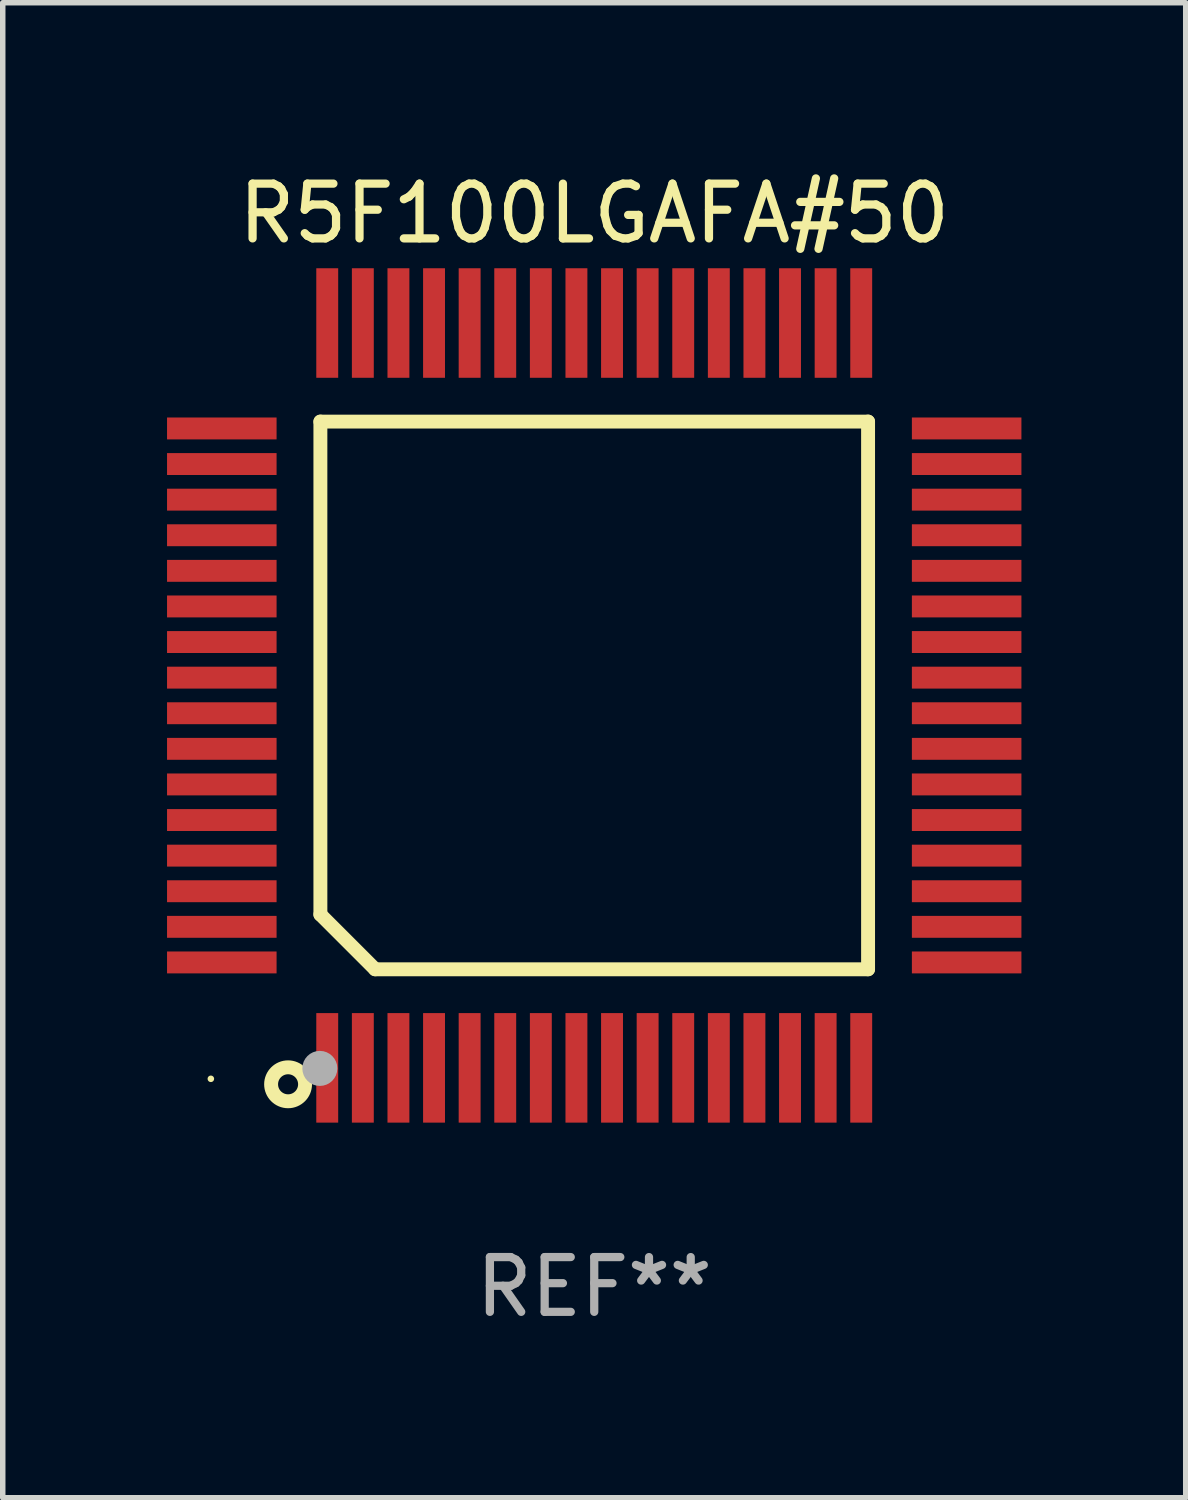
<source format=kicad_pcb>
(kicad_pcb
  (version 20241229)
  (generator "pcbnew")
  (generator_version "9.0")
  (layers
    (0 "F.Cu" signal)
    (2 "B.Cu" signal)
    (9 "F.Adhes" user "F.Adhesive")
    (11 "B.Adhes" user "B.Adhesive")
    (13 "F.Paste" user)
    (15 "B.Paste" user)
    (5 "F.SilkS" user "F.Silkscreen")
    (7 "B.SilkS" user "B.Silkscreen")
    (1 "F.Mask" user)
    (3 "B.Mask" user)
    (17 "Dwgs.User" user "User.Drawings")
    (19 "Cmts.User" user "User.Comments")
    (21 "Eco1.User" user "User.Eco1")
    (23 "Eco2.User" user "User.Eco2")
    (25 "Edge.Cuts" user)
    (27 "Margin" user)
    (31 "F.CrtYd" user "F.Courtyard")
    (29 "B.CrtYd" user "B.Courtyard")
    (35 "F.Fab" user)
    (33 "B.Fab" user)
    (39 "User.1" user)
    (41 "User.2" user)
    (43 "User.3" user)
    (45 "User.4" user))
  (footprint "R5F100LGAFA#50"
    (layer "F.Cu")
    (at 7.8 9.648)
    (property "Reference" "R5F100LGAFA#50" (at 0 -8.8 0) (layer "F.SilkS") (effects (font (size 1 1) (thickness 0.15))))
    (attr through_hole)
    (fp_line (start -5 -5) (end 5 -5) (stroke (width 0.254) (type solid)) (layer "F.SilkS"))
    (fp_line (start -5 4) (end -5 -5) (stroke (width 0.254) (type solid)) (layer "F.SilkS"))
    (fp_line (start -4 5) (end -5 4) (stroke (width 0.254) (type solid)) (layer "F.SilkS"))
    (fp_line (start 5 -5) (end 5 5) (stroke (width 0.254) (type solid)) (layer "F.SilkS"))
    (fp_line (start 5 5) (end -4 5) (stroke (width 0.254) (type solid)) (layer "F.SilkS"))
    (fp_circle (center -7 7) (end -6.97 7) (stroke (width 0.06) (type solid)) (fill no) (layer "F.SilkS"))
    (fp_circle (center -5.59 7.1) (end -5.28 7.1) (stroke (width 0.254) (type solid)) (fill no) (layer "F.SilkS"))
    (fp_circle (center -5.01 6.81) (end -4.85 6.81) (stroke (width 0.32) (type solid)) (fill no) (layer "F.Fab"))
    (fp_text user "REF**" (at 0 10.8 0) (layer "F.Fab") (effects (font (size 1 1) (thickness 0.15))))
    (pad "1" smd rect (at -4.875 6.8) (size 0.4 2) (layers "F.Cu" "F.Mask" "F.Paste"))
    (pad "2" smd rect (at -4.225 6.8) (size 0.4 2) (layers "F.Cu" "F.Mask" "F.Paste"))
    (pad "3" smd rect (at -3.575 6.8) (size 0.4 2) (layers "F.Cu" "F.Mask" "F.Paste"))
    (pad "4" smd rect (at -2.925 6.8) (size 0.4 2) (layers "F.Cu" "F.Mask" "F.Paste"))
    (pad "5" smd rect (at -2.275 6.8) (size 0.4 2) (layers "F.Cu" "F.Mask" "F.Paste"))
    (pad "6" smd rect (at -1.625 6.8) (size 0.4 2) (layers "F.Cu" "F.Mask" "F.Paste"))
    (pad "7" smd rect (at -0.975 6.8) (size 0.4 2) (layers "F.Cu" "F.Mask" "F.Paste"))
    (pad "8" smd rect (at -0.325 6.8) (size 0.4 2) (layers "F.Cu" "F.Mask" "F.Paste"))
    (pad "9" smd rect (at 0.325 6.8) (size 0.4 2) (layers "F.Cu" "F.Mask" "F.Paste"))
    (pad "10" smd rect (at 0.975 6.8) (size 0.4 2) (layers "F.Cu" "F.Mask" "F.Paste"))
    (pad "11" smd rect (at 1.625 6.8) (size 0.4 2) (layers "F.Cu" "F.Mask" "F.Paste"))
    (pad "12" smd rect (at 2.275 6.8) (size 0.4 2) (layers "F.Cu" "F.Mask" "F.Paste"))
    (pad "13" smd rect (at 2.925 6.8) (size 0.4 2) (layers "F.Cu" "F.Mask" "F.Paste"))
    (pad "14" smd rect (at 3.575 6.8) (size 0.4 2) (layers "F.Cu" "F.Mask" "F.Paste"))
    (pad "15" smd rect (at 4.225 6.8) (size 0.4 2) (layers "F.Cu" "F.Mask" "F.Paste"))
    (pad "16" smd rect (at 4.875 6.8) (size 0.4 2) (layers "F.Cu" "F.Mask" "F.Paste"))
    (pad "17" smd rect (at 6.8 4.875) (size 2 0.4) (layers "F.Cu" "F.Mask" "F.Paste"))
    (pad "18" smd rect (at 6.8 4.225) (size 2 0.4) (layers "F.Cu" "F.Mask" "F.Paste"))
    (pad "19" smd rect (at 6.8 3.575) (size 2 0.4) (layers "F.Cu" "F.Mask" "F.Paste"))
    (pad "20" smd rect (at 6.8 2.925) (size 2 0.4) (layers "F.Cu" "F.Mask" "F.Paste"))
    (pad "21" smd rect (at 6.8 2.275) (size 2 0.4) (layers "F.Cu" "F.Mask" "F.Paste"))
    (pad "22" smd rect (at 6.8 1.625) (size 2 0.4) (layers "F.Cu" "F.Mask" "F.Paste"))
    (pad "23" smd rect (at 6.8 0.975) (size 2 0.4) (layers "F.Cu" "F.Mask" "F.Paste"))
    (pad "24" smd rect (at 6.8 0.325) (size 2 0.4) (layers "F.Cu" "F.Mask" "F.Paste"))
    (pad "25" smd rect (at 6.8 -0.325) (size 2 0.4) (layers "F.Cu" "F.Mask" "F.Paste"))
    (pad "26" smd rect (at 6.8 -0.975) (size 2 0.4) (layers "F.Cu" "F.Mask" "F.Paste"))
    (pad "27" smd rect (at 6.8 -1.625) (size 2 0.4) (layers "F.Cu" "F.Mask" "F.Paste"))
    (pad "28" smd rect (at 6.8 -2.275) (size 2 0.4) (layers "F.Cu" "F.Mask" "F.Paste"))
    (pad "29" smd rect (at 6.8 -2.925) (size 2 0.4) (layers "F.Cu" "F.Mask" "F.Paste"))
    (pad "30" smd rect (at 6.8 -3.575) (size 2 0.4) (layers "F.Cu" "F.Mask" "F.Paste"))
    (pad "31" smd rect (at 6.8 -4.225) (size 2 0.4) (layers "F.Cu" "F.Mask" "F.Paste"))
    (pad "32" smd rect (at 6.8 -4.875) (size 2 0.4) (layers "F.Cu" "F.Mask" "F.Paste"))
    (pad "33" smd rect (at 4.875 -6.8) (size 0.4 2) (layers "F.Cu" "F.Mask" "F.Paste"))
    (pad "34" smd rect (at 4.225 -6.8) (size 0.4 2) (layers "F.Cu" "F.Mask" "F.Paste"))
    (pad "35" smd rect (at 3.575 -6.8) (size 0.4 2) (layers "F.Cu" "F.Mask" "F.Paste"))
    (pad "36" smd rect (at 2.925 -6.8) (size 0.4 2) (layers "F.Cu" "F.Mask" "F.Paste"))
    (pad "37" smd rect (at 2.275 -6.8) (size 0.4 2) (layers "F.Cu" "F.Mask" "F.Paste"))
    (pad "38" smd rect (at 1.625 -6.8) (size 0.4 2) (layers "F.Cu" "F.Mask" "F.Paste"))
    (pad "39" smd rect (at 0.975 -6.8) (size 0.4 2) (layers "F.Cu" "F.Mask" "F.Paste"))
    (pad "40" smd rect (at 0.325 -6.8) (size 0.4 2) (layers "F.Cu" "F.Mask" "F.Paste"))
    (pad "41" smd rect (at -0.325 -6.8) (size 0.4 2) (layers "F.Cu" "F.Mask" "F.Paste"))
    (pad "42" smd rect (at -0.975 -6.8) (size 0.4 2) (layers "F.Cu" "F.Mask" "F.Paste"))
    (pad "43" smd rect (at -1.625 -6.8) (size 0.4 2) (layers "F.Cu" "F.Mask" "F.Paste"))
    (pad "44" smd rect (at -2.275 -6.8) (size 0.4 2) (layers "F.Cu" "F.Mask" "F.Paste"))
    (pad "45" smd rect (at -2.925 -6.8) (size 0.4 2) (layers "F.Cu" "F.Mask" "F.Paste"))
    (pad "46" smd rect (at -3.575 -6.8) (size 0.4 2) (layers "F.Cu" "F.Mask" "F.Paste"))
    (pad "47" smd rect (at -4.225 -6.8) (size 0.4 2) (layers "F.Cu" "F.Mask" "F.Paste"))
    (pad "48" smd rect (at -4.875 -6.8) (size 0.4 2) (layers "F.Cu" "F.Mask" "F.Paste"))
    (pad "49" smd rect (at -6.8 -4.875) (size 2 0.4) (layers "F.Cu" "F.Mask" "F.Paste"))
    (pad "50" smd rect (at -6.8 -4.225) (size 2 0.4) (layers "F.Cu" "F.Mask" "F.Paste"))
    (pad "51" smd rect (at -6.8 -3.575) (size 2 0.4) (layers "F.Cu" "F.Mask" "F.Paste"))
    (pad "52" smd rect (at -6.8 -2.925) (size 2 0.4) (layers "F.Cu" "F.Mask" "F.Paste"))
    (pad "53" smd rect (at -6.8 -2.275) (size 2 0.4) (layers "F.Cu" "F.Mask" "F.Paste"))
    (pad "54" smd rect (at -6.8 -1.625) (size 2 0.4) (layers "F.Cu" "F.Mask" "F.Paste"))
    (pad "55" smd rect (at -6.8 -0.975) (size 2 0.4) (layers "F.Cu" "F.Mask" "F.Paste"))
    (pad "56" smd rect (at -6.8 -0.325) (size 2 0.4) (layers "F.Cu" "F.Mask" "F.Paste"))
    (pad "57" smd rect (at -6.8 0.325) (size 2 0.4) (layers "F.Cu" "F.Mask" "F.Paste"))
    (pad "58" smd rect (at -6.8 0.975) (size 2 0.4) (layers "F.Cu" "F.Mask" "F.Paste"))
    (pad "59" smd rect (at -6.8 1.625) (size 2 0.4) (layers "F.Cu" "F.Mask" "F.Paste"))
    (pad "60" smd rect (at -6.8 2.275) (size 2 0.4) (layers "F.Cu" "F.Mask" "F.Paste"))
    (pad "61" smd rect (at -6.8 2.925) (size 2 0.4) (layers "F.Cu" "F.Mask" "F.Paste"))
    (pad "62" smd rect (at -6.8 3.575) (size 2 0.4) (layers "F.Cu" "F.Mask" "F.Paste"))
    (pad "63" smd rect (at -6.8 4.225) (size 2 0.4) (layers "F.Cu" "F.Mask" "F.Paste"))
    (pad "64" smd rect (at -6.8 4.875) (size 2 0.4) (layers "F.Cu" "F.Mask" "F.Paste")))
  (gr_rect
    (start -3 -3)
    (end 18.6 24.297)
    (stroke (width 0.1) (type default))
    (fill no)
    (layer "Edge.Cuts")))
</source>
